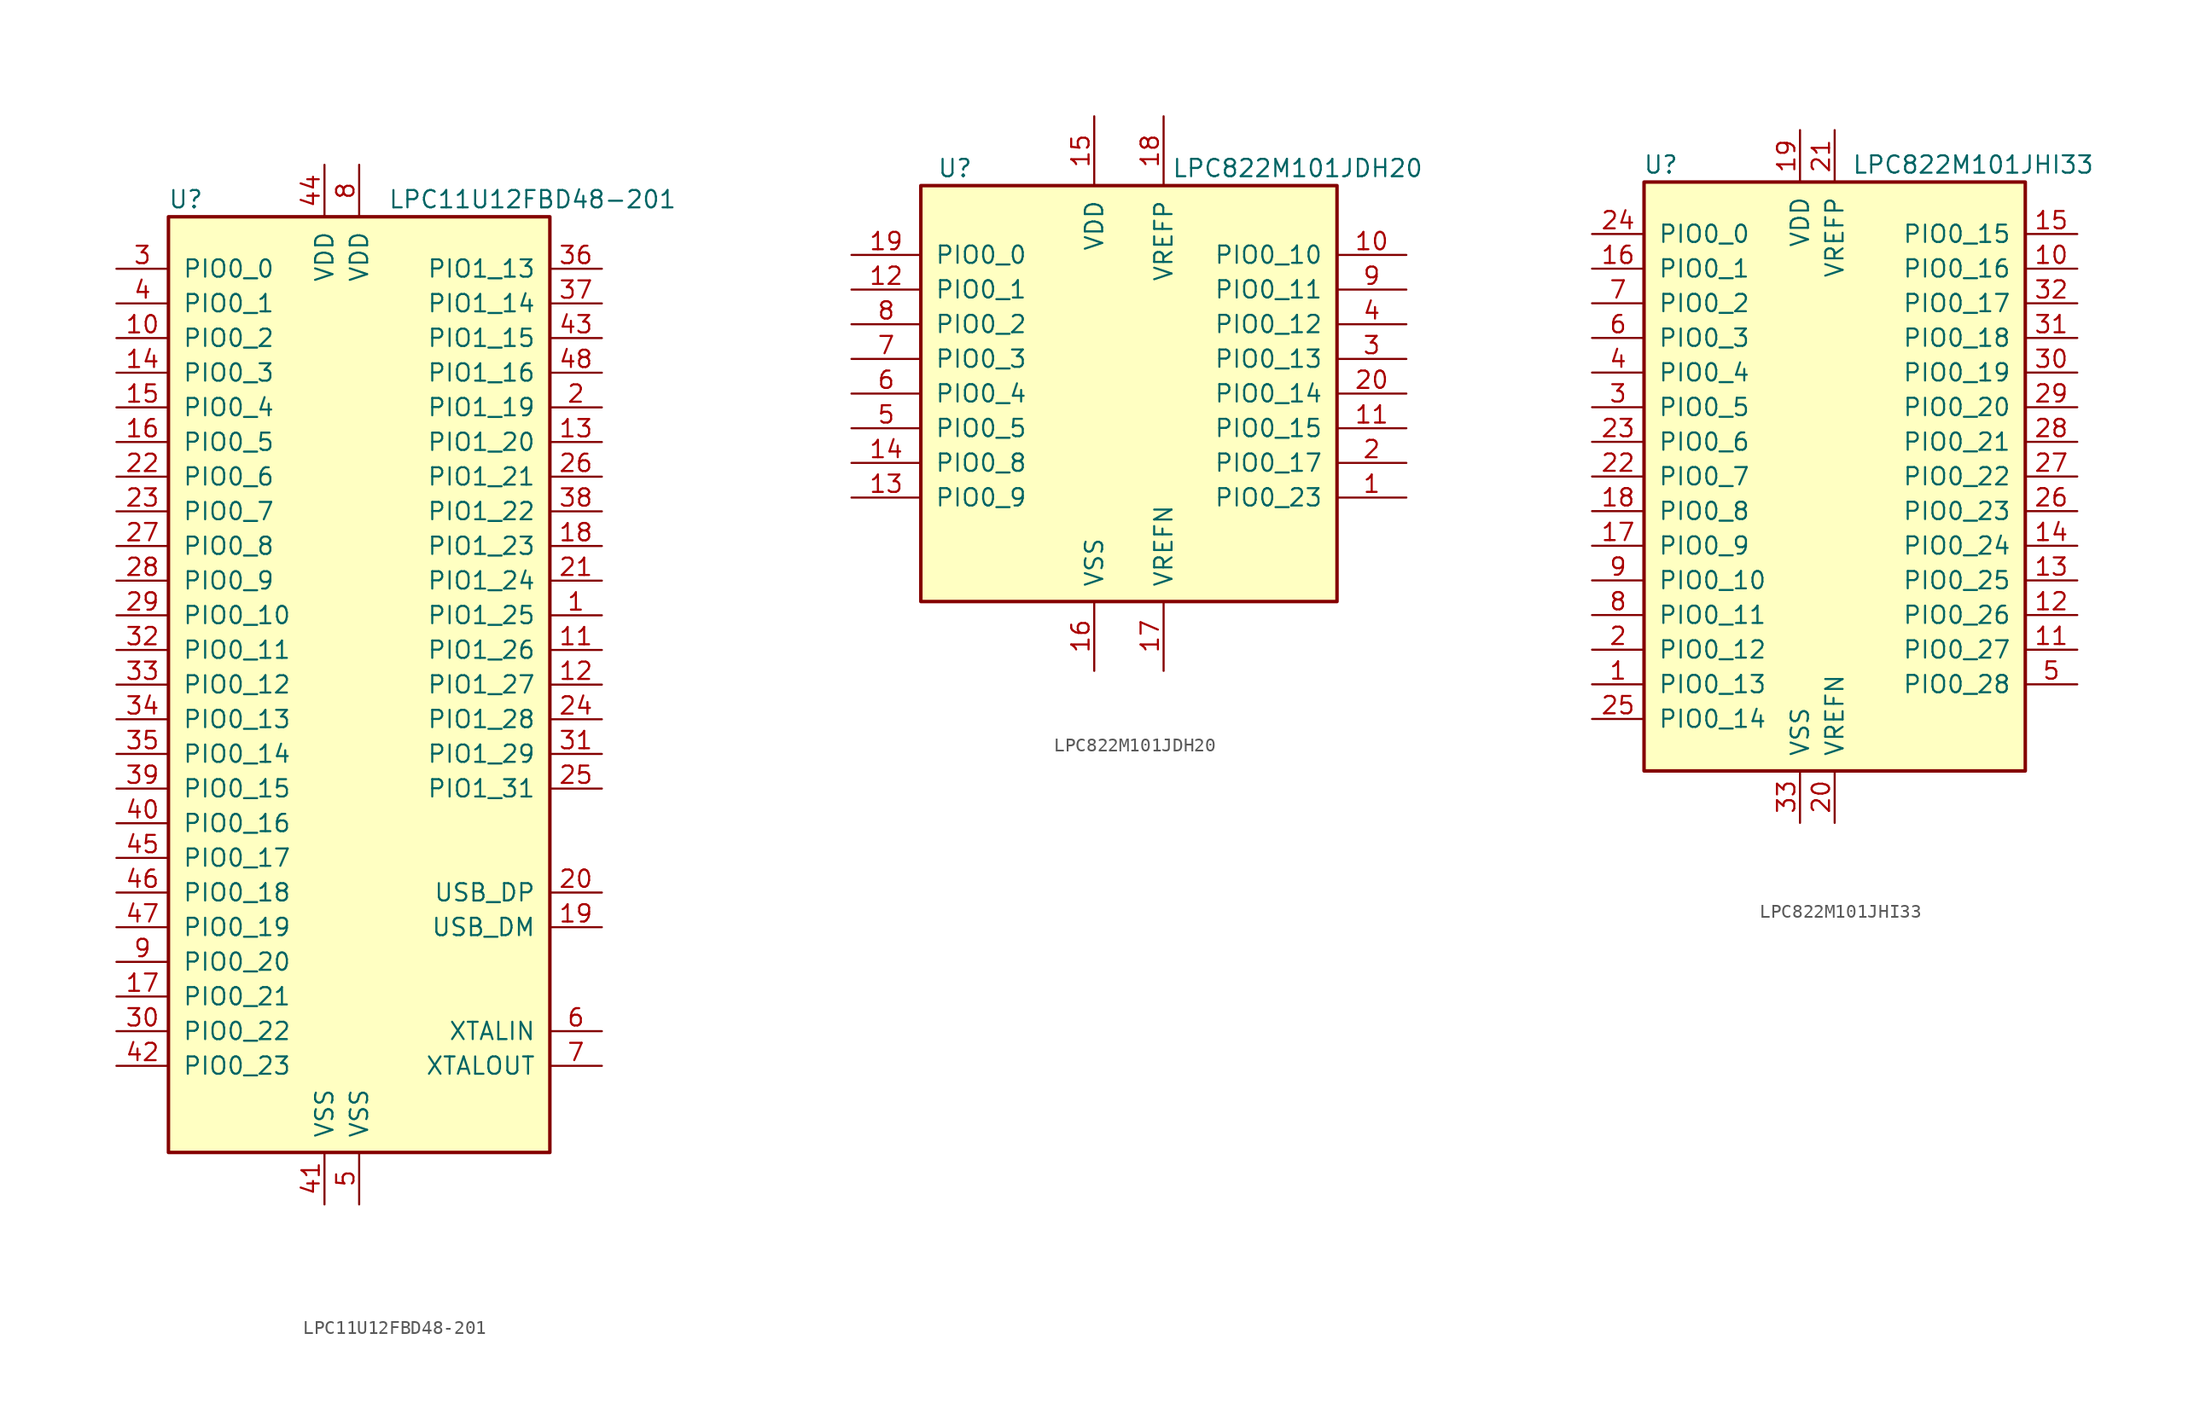
<source format=kicad_sym>
(kicad_symbol_lib
  (version 20211014)
  (generator kicad_symbol_editor)
  (symbol "LPC11U12FBD48-201"
    (pin_names
      (offset 1.016))
    (property "Reference" "U"
      (at -12.7 35.56 0)
      (effects (font (size 1.27 1.27))))
    (property "Value" "LPC11U12FBD48-201"
      (at 12.7 35.56 0)
      (effects (font (size 1.27 1.27))))
    (symbol "LPC11U12FBD48-201_0_1"
      (rectangle (start -13.97 34.29) (end 13.97 -34.29) (stroke (width 0.254) (type default) (color 0 0 0 0)) (fill (type background))))
    (symbol "LPC11U12FBD48-201_1_1"
      (pin bidirectional line (at 17.78 5.08 180) (length 3.81) (name "PIO1_25" (effects (font (size 1.27 1.27)))) (number "1" (effects (font (size 1.27 1.27)))))
      (pin bidirectional line (at -17.78 25.4 0) (length 3.81) (name "PIO0_2" (effects (font (size 1.27 1.27)))) (number "10" (effects (font (size 1.27 1.27)))))
      (pin bidirectional line (at 17.78 2.54 180) (length 3.81) (name "PIO1_26" (effects (font (size 1.27 1.27)))) (number "11" (effects (font (size 1.27 1.27)))))
      (pin bidirectional line (at 17.78 0 180) (length 3.81) (name "PIO1_27" (effects (font (size 1.27 1.27)))) (number "12" (effects (font (size 1.27 1.27)))))
      (pin bidirectional line (at 17.78 17.78 180) (length 3.81) (name "PIO1_20" (effects (font (size 1.27 1.27)))) (number "13" (effects (font (size 1.27 1.27)))))
      (pin bidirectional line (at -17.78 22.86 0) (length 3.81) (name "PIO0_3" (effects (font (size 1.27 1.27)))) (number "14" (effects (font (size 1.27 1.27)))))
      (pin bidirectional line (at -17.78 20.32 0) (length 3.81) (name "PIO0_4" (effects (font (size 1.27 1.27)))) (number "15" (effects (font (size 1.27 1.27)))))
      (pin bidirectional line (at -17.78 17.78 0) (length 3.81) (name "PIO0_5" (effects (font (size 1.27 1.27)))) (number "16" (effects (font (size 1.27 1.27)))))
      (pin bidirectional line (at -17.78 -22.86 0) (length 3.81) (name "PIO0_21" (effects (font (size 1.27 1.27)))) (number "17" (effects (font (size 1.27 1.27)))))
      (pin bidirectional line (at 17.78 10.16 180) (length 3.81) (name "PIO1_23" (effects (font (size 1.27 1.27)))) (number "18" (effects (font (size 1.27 1.27)))))
      (pin bidirectional line (at 17.78 -17.78 180) (length 3.81) (name "USB_DM" (effects (font (size 1.27 1.27)))) (number "19" (effects (font (size 1.27 1.27)))))
      (pin bidirectional line (at 17.78 20.32 180) (length 3.81) (name "PIO1_19" (effects (font (size 1.27 1.27)))) (number "2" (effects (font (size 1.27 1.27)))))
      (pin bidirectional line (at 17.78 -15.24 180) (length 3.81) (name "USB_DP" (effects (font (size 1.27 1.27)))) (number "20" (effects (font (size 1.27 1.27)))))
      (pin bidirectional line (at 17.78 7.62 180) (length 3.81) (name "PIO1_24" (effects (font (size 1.27 1.27)))) (number "21" (effects (font (size 1.27 1.27)))))
      (pin bidirectional line (at -17.78 15.24 0) (length 3.81) (name "PIO0_6" (effects (font (size 1.27 1.27)))) (number "22" (effects (font (size 1.27 1.27)))))
      (pin bidirectional line (at -17.78 12.7 0) (length 3.81) (name "PIO0_7" (effects (font (size 1.27 1.27)))) (number "23" (effects (font (size 1.27 1.27)))))
      (pin bidirectional line (at 17.78 -2.54 180) (length 3.81) (name "PIO1_28" (effects (font (size 1.27 1.27)))) (number "24" (effects (font (size 1.27 1.27)))))
      (pin bidirectional line (at 17.78 -7.62 180) (length 3.81) (name "PIO1_31" (effects (font (size 1.27 1.27)))) (number "25" (effects (font (size 1.27 1.27)))))
      (pin bidirectional line (at 17.78 15.24 180) (length 3.81) (name "PIO1_21" (effects (font (size 1.27 1.27)))) (number "26" (effects (font (size 1.27 1.27)))))
      (pin bidirectional line (at -17.78 10.16 0) (length 3.81) (name "PIO0_8" (effects (font (size 1.27 1.27)))) (number "27" (effects (font (size 1.27 1.27)))))
      (pin bidirectional line (at -17.78 7.62 0) (length 3.81) (name "PIO0_9" (effects (font (size 1.27 1.27)))) (number "28" (effects (font (size 1.27 1.27)))))
      (pin bidirectional line (at -17.78 5.08 0) (length 3.81) (name "PIO0_10" (effects (font (size 1.27 1.27)))) (number "29" (effects (font (size 1.27 1.27)))))
      (pin bidirectional line (at -17.78 30.48 0) (length 3.81) (name "PIO0_0" (effects (font (size 1.27 1.27)))) (number "3" (effects (font (size 1.27 1.27)))))
      (pin bidirectional line (at -17.78 -25.4 0) (length 3.81) (name "PIO0_22" (effects (font (size 1.27 1.27)))) (number "30" (effects (font (size 1.27 1.27)))))
      (pin bidirectional line (at 17.78 -5.08 180) (length 3.81) (name "PIO1_29" (effects (font (size 1.27 1.27)))) (number "31" (effects (font (size 1.27 1.27)))))
      (pin bidirectional line (at -17.78 2.54 0) (length 3.81) (name "PIO0_11" (effects (font (size 1.27 1.27)))) (number "32" (effects (font (size 1.27 1.27)))))
      (pin bidirectional line (at -17.78 0 0) (length 3.81) (name "PIO0_12" (effects (font (size 1.27 1.27)))) (number "33" (effects (font (size 1.27 1.27)))))
      (pin bidirectional line (at -17.78 -2.54 0) (length 3.81) (name "PIO0_13" (effects (font (size 1.27 1.27)))) (number "34" (effects (font (size 1.27 1.27)))))
      (pin bidirectional line (at -17.78 -5.08 0) (length 3.81) (name "PIO0_14" (effects (font (size 1.27 1.27)))) (number "35" (effects (font (size 1.27 1.27)))))
      (pin bidirectional line (at 17.78 30.48 180) (length 3.81) (name "PIO1_13" (effects (font (size 1.27 1.27)))) (number "36" (effects (font (size 1.27 1.27)))))
      (pin bidirectional line (at 17.78 27.94 180) (length 3.81) (name "PIO1_14" (effects (font (size 1.27 1.27)))) (number "37" (effects (font (size 1.27 1.27)))))
      (pin bidirectional line (at 17.78 12.7 180) (length 3.81) (name "PIO1_22" (effects (font (size 1.27 1.27)))) (number "38" (effects (font (size 1.27 1.27)))))
      (pin bidirectional line (at -17.78 -7.62 0) (length 3.81) (name "PIO0_15" (effects (font (size 1.27 1.27)))) (number "39" (effects (font (size 1.27 1.27)))))
      (pin bidirectional line (at -17.78 27.94 0) (length 3.81) (name "PIO0_1" (effects (font (size 1.27 1.27)))) (number "4" (effects (font (size 1.27 1.27)))))
      (pin bidirectional line (at -17.78 -10.16 0) (length 3.81) (name "PIO0_16" (effects (font (size 1.27 1.27)))) (number "40" (effects (font (size 1.27 1.27)))))
      (pin power_in line (at -2.54 -38.1 90) (length 3.81) (name "VSS" (effects (font (size 1.27 1.27)))) (number "41" (effects (font (size 1.27 1.27)))))
      (pin bidirectional line (at -17.78 -27.94 0) (length 3.81) (name "PIO0_23" (effects (font (size 1.27 1.27)))) (number "42" (effects (font (size 1.27 1.27)))))
      (pin bidirectional line (at 17.78 25.4 180) (length 3.81) (name "PIO1_15" (effects (font (size 1.27 1.27)))) (number "43" (effects (font (size 1.27 1.27)))))
      (pin power_in line (at -2.54 38.1 270) (length 3.81) (name "VDD" (effects (font (size 1.27 1.27)))) (number "44" (effects (font (size 1.27 1.27)))))
      (pin bidirectional line (at -17.78 -12.7 0) (length 3.81) (name "PIO0_17" (effects (font (size 1.27 1.27)))) (number "45" (effects (font (size 1.27 1.27)))))
      (pin bidirectional line (at -17.78 -15.24 0) (length 3.81) (name "PIO0_18" (effects (font (size 1.27 1.27)))) (number "46" (effects (font (size 1.27 1.27)))))
      (pin bidirectional line (at -17.78 -17.78 0) (length 3.81) (name "PIO0_19" (effects (font (size 1.27 1.27)))) (number "47" (effects (font (size 1.27 1.27)))))
      (pin bidirectional line (at 17.78 22.86 180) (length 3.81) (name "PIO1_16" (effects (font (size 1.27 1.27)))) (number "48" (effects (font (size 1.27 1.27)))))
      (pin power_in line (at 0 -38.1 90) (length 3.81) (name "VSS" (effects (font (size 1.27 1.27)))) (number "5" (effects (font (size 1.27 1.27)))))
      (pin input line (at 17.78 -25.4 180) (length 3.81) (name "XTALIN" (effects (font (size 1.27 1.27)))) (number "6" (effects (font (size 1.27 1.27)))))
      (pin output line (at 17.78 -27.94 180) (length 3.81) (name "XTALOUT" (effects (font (size 1.27 1.27)))) (number "7" (effects (font (size 1.27 1.27)))))
      (pin power_in line (at 0 38.1 270) (length 3.81) (name "VDD" (effects (font (size 1.27 1.27)))) (number "8" (effects (font (size 1.27 1.27)))))
      (pin bidirectional line (at -17.78 -20.32 0) (length 3.81) (name "PIO0_20" (effects (font (size 1.27 1.27)))) (number "9" (effects (font (size 1.27 1.27)))))))
  (symbol "LPC822M101JDH20"
    (pin_names
      (offset 1.016))
    (property "Reference" "U"
      (at -11.43 16.51 0)
      (effects (font (size 1.27 1.27)) (justify right)))
    (property "Value" "LPC822M101JDH20"
      (at 21.59 16.51 0)
      (effects (font (size 1.27 1.27)) (justify right)))
    (symbol "LPC822M101JDH20_0_1"
      (rectangle (start -15.24 15.24) (end 15.24 -15.24) (stroke (width 0.254) (type default) (color 0 0 0 0)) (fill (type background))))
    (symbol "LPC822M101JDH20_1_1"
      (pin bidirectional line (at 20.32 -7.62 180) (length 5.08) (name "PIO0_23" (effects (font (size 1.27 1.27)))) (number "1" (effects (font (size 1.27 1.27)))))
      (pin bidirectional line (at 20.32 10.16 180) (length 5.08) (name "PIO0_10" (effects (font (size 1.27 1.27)))) (number "10" (effects (font (size 1.27 1.27)))))
      (pin bidirectional line (at 20.32 -2.54 180) (length 5.08) (name "PIO0_15" (effects (font (size 1.27 1.27)))) (number "11" (effects (font (size 1.27 1.27)))))
      (pin bidirectional line (at -20.32 7.62 0) (length 5.08) (name "PIO0_1" (effects (font (size 1.27 1.27)))) (number "12" (effects (font (size 1.27 1.27)))))
      (pin bidirectional line (at -20.32 -7.62 0) (length 5.08) (name "PIO0_9" (effects (font (size 1.27 1.27)))) (number "13" (effects (font (size 1.27 1.27)))))
      (pin bidirectional line (at -20.32 -5.08 0) (length 5.08) (name "PIO0_8" (effects (font (size 1.27 1.27)))) (number "14" (effects (font (size 1.27 1.27)))))
      (pin power_in line (at -2.54 20.32 270) (length 5.08) (name "VDD" (effects (font (size 1.27 1.27)))) (number "15" (effects (font (size 1.27 1.27)))))
      (pin power_in line (at -2.54 -20.32 90) (length 5.08) (name "VSS" (effects (font (size 1.27 1.27)))) (number "16" (effects (font (size 1.27 1.27)))))
      (pin power_in line (at 2.54 -20.32 90) (length 5.08) (name "VREFN" (effects (font (size 1.27 1.27)))) (number "17" (effects (font (size 1.27 1.27)))))
      (pin power_in line (at 2.54 20.32 270) (length 5.08) (name "VREFP" (effects (font (size 1.27 1.27)))) (number "18" (effects (font (size 1.27 1.27)))))
      (pin bidirectional line (at -20.32 10.16 0) (length 5.08) (name "PIO0_0" (effects (font (size 1.27 1.27)))) (number "19" (effects (font (size 1.27 1.27)))))
      (pin bidirectional line (at 20.32 -5.08 180) (length 5.08) (name "PIO0_17" (effects (font (size 1.27 1.27)))) (number "2" (effects (font (size 1.27 1.27)))))
      (pin bidirectional line (at 20.32 0 180) (length 5.08) (name "PIO0_14" (effects (font (size 1.27 1.27)))) (number "20" (effects (font (size 1.27 1.27)))))
      (pin bidirectional line (at 20.32 2.54 180) (length 5.08) (name "PIO0_13" (effects (font (size 1.27 1.27)))) (number "3" (effects (font (size 1.27 1.27)))))
      (pin bidirectional line (at 20.32 5.08 180) (length 5.08) (name "PIO0_12" (effects (font (size 1.27 1.27)))) (number "4" (effects (font (size 1.27 1.27)))))
      (pin bidirectional line (at -20.32 -2.54 0) (length 5.08) (name "PIO0_5" (effects (font (size 1.27 1.27)))) (number "5" (effects (font (size 1.27 1.27)))))
      (pin bidirectional line (at -20.32 0 0) (length 5.08) (name "PIO0_4" (effects (font (size 1.27 1.27)))) (number "6" (effects (font (size 1.27 1.27)))))
      (pin bidirectional line (at -20.32 2.54 0) (length 5.08) (name "PIO0_3" (effects (font (size 1.27 1.27)))) (number "7" (effects (font (size 1.27 1.27)))))
      (pin bidirectional line (at -20.32 5.08 0) (length 5.08) (name "PIO0_2" (effects (font (size 1.27 1.27)))) (number "8" (effects (font (size 1.27 1.27)))))
      (pin bidirectional line (at 20.32 7.62 180) (length 5.08) (name "PIO0_11" (effects (font (size 1.27 1.27)))) (number "9" (effects (font (size 1.27 1.27)))))))
  (symbol "LPC822M101JHI33"
    (pin_names
      (offset 1.016))
    (property "Reference" "U"
      (at -11.43 22.86 0)
      (effects (font (size 1.27 1.27)) (justify right)))
    (property "Value" "LPC822M101JHI33"
      (at 19.05 22.86 0)
      (effects (font (size 1.27 1.27)) (justify right)))
    (symbol "LPC822M101JHI33_0_1"
      (rectangle (start -13.97 21.59) (end 13.97 -21.59) (stroke (width 0.254) (type default) (color 0 0 0 0)) (fill (type background))))
    (symbol "LPC822M101JHI33_1_1"
      (pin bidirectional line (at -17.78 -15.24 0) (length 3.81) (name "PIO0_13" (effects (font (size 1.27 1.27)))) (number "1" (effects (font (size 1.27 1.27)))))
      (pin bidirectional line (at 17.78 15.24 180) (length 3.81) (name "PIO0_16" (effects (font (size 1.27 1.27)))) (number "10" (effects (font (size 1.27 1.27)))))
      (pin bidirectional line (at 17.78 -12.7 180) (length 3.81) (name "PIO0_27" (effects (font (size 1.27 1.27)))) (number "11" (effects (font (size 1.27 1.27)))))
      (pin bidirectional line (at 17.78 -10.16 180) (length 3.81) (name "PIO0_26" (effects (font (size 1.27 1.27)))) (number "12" (effects (font (size 1.27 1.27)))))
      (pin bidirectional line (at 17.78 -7.62 180) (length 3.81) (name "PIO0_25" (effects (font (size 1.27 1.27)))) (number "13" (effects (font (size 1.27 1.27)))))
      (pin bidirectional line (at 17.78 -5.08 180) (length 3.81) (name "PIO0_24" (effects (font (size 1.27 1.27)))) (number "14" (effects (font (size 1.27 1.27)))))
      (pin bidirectional line (at 17.78 17.78 180) (length 3.81) (name "PIO0_15" (effects (font (size 1.27 1.27)))) (number "15" (effects (font (size 1.27 1.27)))))
      (pin bidirectional line (at -17.78 15.24 0) (length 3.81) (name "PIO0_1" (effects (font (size 1.27 1.27)))) (number "16" (effects (font (size 1.27 1.27)))))
      (pin bidirectional line (at -17.78 -5.08 0) (length 3.81) (name "PIO0_9" (effects (font (size 1.27 1.27)))) (number "17" (effects (font (size 1.27 1.27)))))
      (pin bidirectional line (at -17.78 -2.54 0) (length 3.81) (name "PIO0_8" (effects (font (size 1.27 1.27)))) (number "18" (effects (font (size 1.27 1.27)))))
      (pin power_in line (at -2.54 25.4 270) (length 3.81) (name "VDD" (effects (font (size 1.27 1.27)))) (number "19" (effects (font (size 1.27 1.27)))))
      (pin bidirectional line (at -17.78 -12.7 0) (length 3.81) (name "PIO0_12" (effects (font (size 1.27 1.27)))) (number "2" (effects (font (size 1.27 1.27)))))
      (pin power_in line (at 0 -25.4 90) (length 3.81) (name "VREFN" (effects (font (size 1.27 1.27)))) (number "20" (effects (font (size 1.27 1.27)))))
      (pin power_in line (at 0 25.4 270) (length 3.81) (name "VREFP" (effects (font (size 1.27 1.27)))) (number "21" (effects (font (size 1.27 1.27)))))
      (pin bidirectional line (at -17.78 0 0) (length 3.81) (name "PIO0_7" (effects (font (size 1.27 1.27)))) (number "22" (effects (font (size 1.27 1.27)))))
      (pin bidirectional line (at -17.78 2.54 0) (length 3.81) (name "PIO0_6" (effects (font (size 1.27 1.27)))) (number "23" (effects (font (size 1.27 1.27)))))
      (pin bidirectional line (at -17.78 17.78 0) (length 3.81) (name "PIO0_0" (effects (font (size 1.27 1.27)))) (number "24" (effects (font (size 1.27 1.27)))))
      (pin bidirectional line (at -17.78 -17.78 0) (length 3.81) (name "PIO0_14" (effects (font (size 1.27 1.27)))) (number "25" (effects (font (size 1.27 1.27)))))
      (pin bidirectional line (at 17.78 -2.54 180) (length 3.81) (name "PIO0_23" (effects (font (size 1.27 1.27)))) (number "26" (effects (font (size 1.27 1.27)))))
      (pin bidirectional line (at 17.78 0 180) (length 3.81) (name "PIO0_22" (effects (font (size 1.27 1.27)))) (number "27" (effects (font (size 1.27 1.27)))))
      (pin bidirectional line (at 17.78 2.54 180) (length 3.81) (name "PIO0_21" (effects (font (size 1.27 1.27)))) (number "28" (effects (font (size 1.27 1.27)))))
      (pin bidirectional line (at 17.78 5.08 180) (length 3.81) (name "PIO0_20" (effects (font (size 1.27 1.27)))) (number "29" (effects (font (size 1.27 1.27)))))
      (pin bidirectional line (at -17.78 5.08 0) (length 3.81) (name "PIO0_5" (effects (font (size 1.27 1.27)))) (number "3" (effects (font (size 1.27 1.27)))))
      (pin bidirectional line (at 17.78 7.62 180) (length 3.81) (name "PIO0_19" (effects (font (size 1.27 1.27)))) (number "30" (effects (font (size 1.27 1.27)))))
      (pin bidirectional line (at 17.78 10.16 180) (length 3.81) (name "PIO0_18" (effects (font (size 1.27 1.27)))) (number "31" (effects (font (size 1.27 1.27)))))
      (pin bidirectional line (at 17.78 12.7 180) (length 3.81) (name "PIO0_17" (effects (font (size 1.27 1.27)))) (number "32" (effects (font (size 1.27 1.27)))))
      (pin power_in line (at -2.54 -25.4 90) (length 3.81) (name "VSS" (effects (font (size 1.27 1.27)))) (number "33" (effects (font (size 1.27 1.27)))))
      (pin bidirectional line (at -17.78 7.62 0) (length 3.81) (name "PIO0_4" (effects (font (size 1.27 1.27)))) (number "4" (effects (font (size 1.27 1.27)))))
      (pin bidirectional line (at 17.78 -15.24 180) (length 3.81) (name "PIO0_28" (effects (font (size 1.27 1.27)))) (number "5" (effects (font (size 1.27 1.27)))))
      (pin bidirectional line (at -17.78 10.16 0) (length 3.81) (name "PIO0_3" (effects (font (size 1.27 1.27)))) (number "6" (effects (font (size 1.27 1.27)))))
      (pin bidirectional line (at -17.78 12.7 0) (length 3.81) (name "PIO0_2" (effects (font (size 1.27 1.27)))) (number "7" (effects (font (size 1.27 1.27)))))
      (pin bidirectional line (at -17.78 -10.16 0) (length 3.81) (name "PIO0_11" (effects (font (size 1.27 1.27)))) (number "8" (effects (font (size 1.27 1.27)))))
      (pin bidirectional line (at -17.78 -7.62 0) (length 3.81) (name "PIO0_10" (effects (font (size 1.27 1.27)))) (number "9" (effects (font (size 1.27 1.27))))))))
</source>
